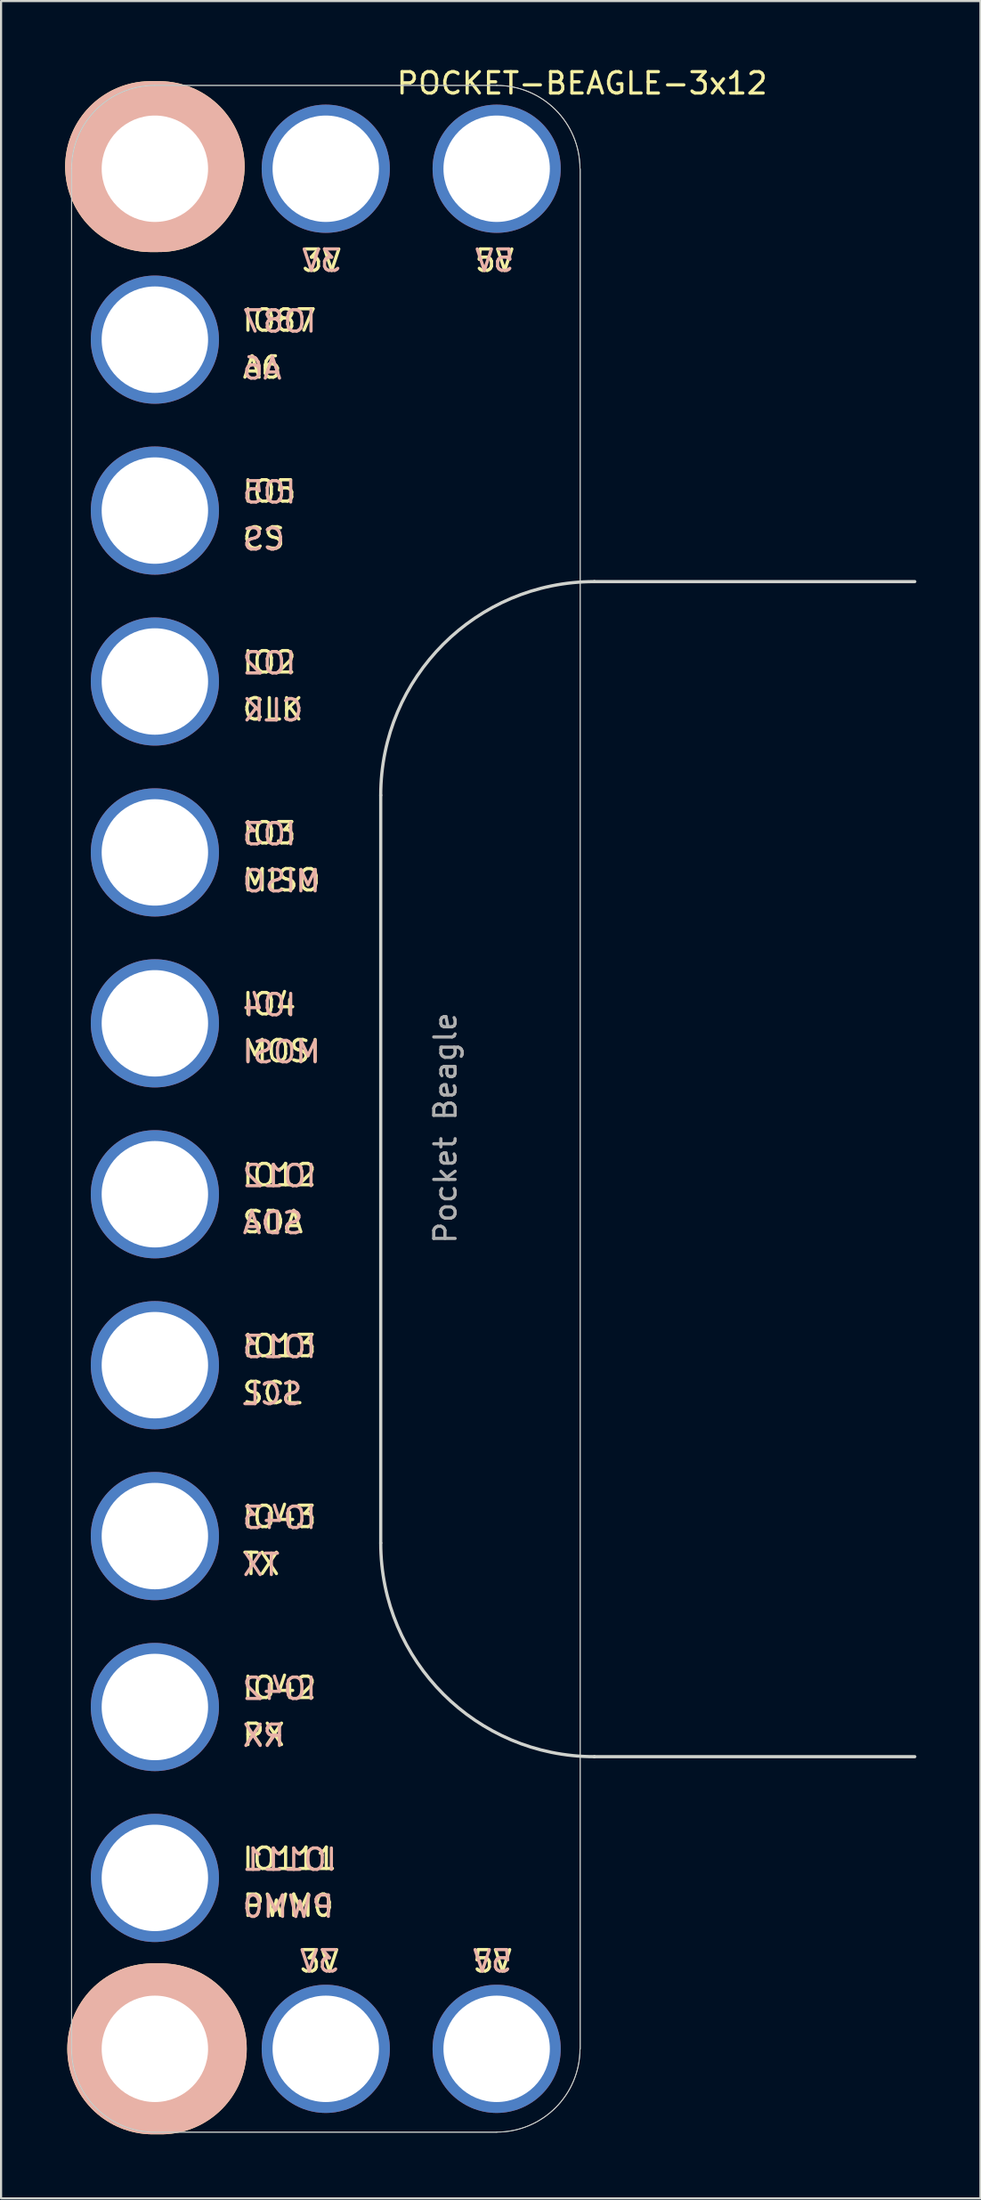
<source format=kicad_pcb>
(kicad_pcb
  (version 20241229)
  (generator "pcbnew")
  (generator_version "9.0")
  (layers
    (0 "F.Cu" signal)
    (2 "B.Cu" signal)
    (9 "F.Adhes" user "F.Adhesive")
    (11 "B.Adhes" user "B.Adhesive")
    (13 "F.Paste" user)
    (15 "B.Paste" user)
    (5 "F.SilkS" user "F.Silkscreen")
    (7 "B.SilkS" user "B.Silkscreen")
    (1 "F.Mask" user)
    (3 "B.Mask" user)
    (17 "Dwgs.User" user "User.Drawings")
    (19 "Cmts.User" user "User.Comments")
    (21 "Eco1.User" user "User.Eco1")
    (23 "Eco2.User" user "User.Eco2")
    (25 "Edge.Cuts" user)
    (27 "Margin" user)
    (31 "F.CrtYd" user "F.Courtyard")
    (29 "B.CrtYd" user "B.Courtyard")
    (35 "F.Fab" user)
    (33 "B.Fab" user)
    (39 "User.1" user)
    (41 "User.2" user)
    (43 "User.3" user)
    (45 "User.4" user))
  (footprint "POCKET-BEAGLE-3x12"
    (layer "F.Cu")
    (at 4.6 5.348)
    (property "Reference" "POCKET-BEAGLE-3x12" (at 19.6 -4.5 0) (layer "F.SilkS") (effects (font (size 1 1) (thickness 0.15))))
    (attr through_hole)
    (fp_line (start -0.2 -0.6) (end -0.6 -0.6) (stroke (width 8) (type solid)) (layer "F.SilkS"))
    (fp_line (start -0.1 87.5) (end -0.5 87.5) (stroke (width 8) (type solid)) (layer "F.SilkS"))
    (fp_line (start -0.2 -0.6) (end -0.6 -0.6) (stroke (width 8) (type solid)) (layer "B.SilkS"))
    (fp_line (start -0.1 87.5) (end -0.5 87.5) (stroke (width 8) (type solid)) (layer "B.SilkS"))
    (fp_line (start -4.3 -0.5) (end -4.3 87.5) (stroke (width 0.041) (type solid)) (layer "Edge.Cuts"))
    (fp_line (start 10.173 28.824) (end 10.173 63.824) (stroke (width 0.15) (type solid)) (layer "Edge.Cuts"))
    (fp_line (start 15.6 -4.4) (end -0.4 -4.4) (stroke (width 0.041) (type solid)) (layer "Edge.Cuts"))
    (fp_line (start 15.6 91.4) (end -0.4 91.4) (stroke (width 0.041) (type solid)) (layer "Edge.Cuts"))
    (fp_line (start 19.511 87.507) (end 19.511 -0.493) (stroke (width 0.041) (type solid)) (layer "Edge.Cuts"))
    (fp_line (start 20.173 73.824) (end 35.173 73.824) (stroke (width 0.15) (type solid)) (layer "Edge.Cuts"))
    (fp_line (start 35.173 18.824) (end 20.173 18.824) (stroke (width 0.15) (type solid)) (layer "Edge.Cuts"))
    (fp_arc (start -4.3 -0.5) (mid -3.157716 -3.257716) (end -0.4 -4.4) (stroke (width 0.04064) (type solid)) (layer "Edge.Cuts"))
    (fp_arc (start -0.4 91.4) (mid -3.155309 90.260122) (end -4.299994 87.506807) (stroke (width 0.04064) (type solid)) (layer "Edge.Cuts"))
    (fp_arc (start 10.173158 28.824384) (mid 13.10209 21.753316) (end 20.173158 18.824384) (stroke (width 0.15) (type solid)) (layer "Edge.Cuts"))
    (fp_arc (start 15.6 -4.4) (mid 18.355309 -3.260122) (end 19.499994 -0.506807) (stroke (width 0.04064) (type solid)) (layer "Edge.Cuts"))
    (fp_arc (start 19.50064 87.496712) (mid 18.358356 90.254428) (end 15.60064 91.396712) (stroke (width 0.04064) (type solid)) (layer "Edge.Cuts"))
    (fp_arc (start 20.173158 73.824384) (mid 13.10209 70.895452) (end 10.173158 63.824384) (stroke (width 0.15) (type solid)) (layer "Edge.Cuts"))
    (fp_line (start -4.3 -0.5) (end -4.3 87.5) (stroke (width 0.041) (type solid)) (layer "F.Fab"))
    (fp_line (start 15.6 -4.4) (end -0.4 -4.4) (stroke (width 0.041) (type solid)) (layer "F.Fab"))
    (fp_line (start 15.6 91.4) (end -0.4 91.4) (stroke (width 0.041) (type solid)) (layer "F.Fab"))
    (fp_line (start 19.511 87.507) (end 19.511 -0.493) (stroke (width 0.041) (type solid)) (layer "F.Fab"))
    (fp_arc (start -4.3 -0.5) (mid -3.157716 -3.257716) (end -0.4 -4.4) (stroke (width 0.04064) (type solid)) (layer "F.Fab"))
    (fp_arc (start -0.4 91.4) (mid -3.155309 90.260122) (end -4.299994 87.506807) (stroke (width 0.04064) (type solid)) (layer "F.Fab"))
    (fp_arc (start 15.6 -4.4) (mid 18.355309 -3.260122) (end 19.499994 -0.506807) (stroke (width 0.04064) (type solid)) (layer "F.Fab"))
    (fp_arc (start 19.50064 87.496712) (mid 18.358356 90.254428) (end 15.60064 91.396712) (stroke (width 0.04064) (type solid)) (layer "F.Fab"))
    (fp_text user "A6" (at 4.624 8.8 0) (layer "F.SilkS") (effects (font (size 1 1) (thickness 0.15))))
    (fp_text user "MOSI" (at 5.529 40.8 0) (layer "F.SilkS") (effects (font (size 1 1) (thickness 0.15))))
    (fp_text user "MISO" (at 5.529 32.8 0) (layer "F.SilkS") (effects (font (size 1 1) (thickness 0.15))))
    (fp_text user "IO111" (at 5.91 78.6 0) (layer "F.SilkS") (effects (font (size 1 1) (thickness 0.15))))
    (fp_text user "IO13" (at 5.433 54.6 0) (layer "F.SilkS") (effects (font (size 1 1) (thickness 0.15))))
    (fp_text user "IO2" (at 4.957 22.6 0) (layer "F.SilkS") (effects (font (size 1 1) (thickness 0.15))))
    (fp_text user "PWM0" (at 5.838 80.8 0) (layer "F.SilkS") (effects (font (size 1 1) (thickness 0.15))))
    (fp_text user "IO87" (at 5.433 6.6 0) (layer "F.SilkS") (effects (font (size 1 1) (thickness 0.15))))
    (fp_text user "IO42" (at 5.433 70.6 0) (layer "F.SilkS") (effects (font (size 1 1) (thickness 0.15))))
    (fp_text user "IO4" (at 4.957 38.6 0) (layer "F.SilkS") (effects (font (size 1 1) (thickness 0.15))))
    (fp_text user "CLK" (at 5.124 24.8 0) (layer "F.SilkS") (effects (font (size 1 1) (thickness 0.15))))
    (fp_text user "RX" (at 4.695 72.8 0) (layer "F.SilkS") (effects (font (size 1 1) (thickness 0.15))))
    (fp_text user "IO12" (at 5.433 46.6 0) (layer "F.SilkS") (effects (font (size 1 1) (thickness 0.15))))
    (fp_text user "CS" (at 4.695 16.8 0) (layer "F.SilkS") (effects (font (size 1 1) (thickness 0.15))))
    (fp_text user "5V" (at 15.5 3.8 0) (layer "F.SilkS") (effects (font (size 1 1) (thickness 0.15))))
    (fp_text user "TX" (at 4.576 64.8 0) (layer "F.SilkS") (effects (font (size 1 1) (thickness 0.15))))
    (fp_text user "IO3" (at 4.957 30.6 0) (layer "F.SilkS") (effects (font (size 1 1) (thickness 0.15))))
    (fp_text user "3V" (at 7.4 3.8 0) (layer "F.SilkS") (effects (font (size 1 1) (thickness 0.15))))
    (fp_text user "3V" (at 7.3 83.4 0) (layer "F.SilkS") (effects (font (size 1 1) (thickness 0.15))))
    (fp_text user "SCL" (at 5.1 56.8 0) (layer "F.SilkS") (effects (font (size 1 1) (thickness 0.15))))
    (fp_text user "5V" (at 15.4 83.4 0) (layer "F.SilkS") (effects (font (size 1 1) (thickness 0.15))))
    (fp_text user "IO5" (at 4.957 14.6 0) (layer "F.SilkS") (effects (font (size 1 1) (thickness 0.15))))
    (fp_text user "IO43" (at 5.433 62.6 0) (layer "F.SilkS") (effects (font (size 1 1) (thickness 0.15))))
    (fp_text user "SDA" (at 5.124 48.8 0) (layer "F.SilkS") (effects (font (size 1 1) (thickness 0.15))))
    (fp_text user "RX" (at 4.695 72.844 0) (layer "B.SilkS") (effects (font (size 1 1) (thickness 0.15)) (justify mirror)))
    (fp_text user "IO3" (at 4.957 30.644 0) (layer "B.SilkS") (effects (font (size 1 1) (thickness 0.15)) (justify mirror)))
    (fp_text user "5V" (at 15.5 3.8 0) (layer "B.SilkS") (effects (font (size 1 1) (thickness 0.15)) (justify mirror)))
    (fp_text user "IO43" (at 5.433 62.644 0) (layer "B.SilkS") (effects (font (size 1 1) (thickness 0.15)) (justify mirror)))
    (fp_text user "CLK" (at 5.124 24.844 0) (layer "B.SilkS") (effects (font (size 1 1) (thickness 0.15)) (justify mirror)))
    (fp_text user "A6" (at 4.624 8.844 0) (layer "B.SilkS") (effects (font (size 1 1) (thickness 0.15)) (justify mirror)))
    (fp_text user "IO5" (at 4.957 14.644 0) (layer "B.SilkS") (effects (font (size 1 1) (thickness 0.15)) (justify mirror)))
    (fp_text user "TX" (at 4.576 64.844 0) (layer "B.SilkS") (effects (font (size 1 1) (thickness 0.15)) (justify mirror)))
    (fp_text user "SCL" (at 5.1 56.844 0) (layer "B.SilkS") (effects (font (size 1 1) (thickness 0.15)) (justify mirror)))
    (fp_text user "3V" (at 7.4 3.8 0) (layer "B.SilkS") (effects (font (size 1 1) (thickness 0.15)) (justify mirror)))
    (fp_text user "MOSI" (at 5.529 40.844 180) (layer "B.SilkS") (effects (font (size 1 1) (thickness 0.15)) (justify mirror)))
    (fp_text user "IO2" (at 4.957 22.644 0) (layer "B.SilkS") (effects (font (size 1 1) (thickness 0.15)) (justify mirror)))
    (fp_text user "IO13" (at 5.433 54.644 0) (layer "B.SilkS") (effects (font (size 1 1) (thickness 0.15)) (justify mirror)))
    (fp_text user "5V" (at 15.4 83.4 0) (layer "B.SilkS") (effects (font (size 1 1) (thickness 0.15)) (justify mirror)))
    (fp_text user "MISO" (at 5.529 32.844 180) (layer "B.SilkS") (effects (font (size 1 1) (thickness 0.15)) (justify mirror)))
    (fp_text user "IO87" (at 5.433 6.644 0) (layer "B.SilkS") (effects (font (size 1 1) (thickness 0.15)) (justify mirror)))
    (fp_text user "IO111" (at 5.91 78.644 0) (layer "B.SilkS") (effects (font (size 1 1) (thickness 0.15)) (justify mirror)))
    (fp_text user "3V" (at 7.3 83.4 0) (layer "B.SilkS") (effects (font (size 1 1) (thickness 0.15)) (justify mirror)))
    (fp_text user "IO12" (at 5.433 46.644 0) (layer "B.SilkS") (effects (font (size 1 1) (thickness 0.15)) (justify mirror)))
    (fp_text user "SDA" (at 5.124 48.844 0) (layer "B.SilkS") (effects (font (size 1 1) (thickness 0.15)) (justify mirror)))
    (fp_text user "CS" (at 4.695 16.844 0) (layer "B.SilkS") (effects (font (size 1 1) (thickness 0.15)) (justify mirror)))
    (fp_text user "IO42" (at 5.433 70.644 0) (layer "B.SilkS") (effects (font (size 1 1) (thickness 0.15)) (justify mirror)))
    (fp_text user "PWM0" (at 5.838 80.844 0) (layer "B.SilkS") (effects (font (size 1 1) (thickness 0.15)) (justify mirror)))
    (fp_text user "IO4" (at 4.957 38.644 0) (layer "B.SilkS") (effects (font (size 1 1) (thickness 0.15)) (justify mirror)))
    (fp_text user "Pocket Beagle" (at 13.2 44.4 270) (layer "F.Fab") (effects (font (size 1 1) (thickness 0.15))))
    (pad "1" thru_hole circle (at -0.4 -0.5 270) (size 6 6) (drill 4.98) (layers "*.Cu" "*.Mask"))
    (pad "1" thru_hole circle (at 7.6 -0.5 270) (size 6 6) (drill 4.98) (layers "*.Cu" "*.Mask"))
    (pad "2" thru_hole circle (at 15.6 -0.5 270) (size 6 6) (drill 4.98) (layers "*.Cu" "*.Mask"))
    (pad "3" thru_hole circle (at -0.4 7.5 270) (size 6 6) (drill 4.98) (layers "*.Cu" "*.Mask"))
    (pad "5" thru_hole circle (at -0.4 15.5 270) (size 6 6) (drill 4.98) (layers "*.Cu" "*.Mask"))
    (pad "6" thru_hole circle (at -0.4 87.5 270) (size 6 6) (drill 4.98) (layers "*.Cu" "*.Mask"))
    (pad "6" thru_hole circle (at 7.6 87.5 270) (size 6 6) (drill 4.98) (layers "*.Cu" "*.Mask"))
    (pad "6" thru_hole circle (at 15.6 87.5 270) (size 6 6) (drill 4.98) (layers "*.Cu" "*.Mask"))
    (pad "7" thru_hole circle (at -0.4 23.5 270) (size 6 6) (drill 4.98) (layers "*.Cu" "*.Mask"))
    (pad "13" thru_hole circle (at -0.4 31.5 270) (size 6 6) (drill 4.98) (layers "*.Cu" "*.Mask"))
    (pad "19" thru_hole circle (at -0.4 39.5 270) (size 6 6) (drill 4.98) (layers "*.Cu" "*.Mask"))
    (pad "21" thru_hole circle (at -0.4 47.5 270) (size 6 6) (drill 4.98) (layers "*.Cu" "*.Mask"))
    (pad "23" thru_hole circle (at -0.4 55.5 270) (size 6 6) (drill 4.98) (layers "*.Cu" "*.Mask"))
    (pad "24" thru_hole circle (at -0.4 63.5 270) (size 6 6) (drill 4.98) (layers "*.Cu" "*.Mask"))
    (pad "26" thru_hole circle (at -0.4 71.5 270) (size 6 6) (drill 4.98) (layers "*.Cu" "*.Mask"))
    (pad "26" thru_hole circle (at -0.4 79.5 270) (size 6 6) (drill 4.98) (layers "*.Cu" "*.Mask")))
  (gr_rect
    (start -3 -3)
    (end 42.848 99.848)
    (stroke (width 0.1) (type default))
    (fill no)
    (layer "Edge.Cuts")))
</source>
